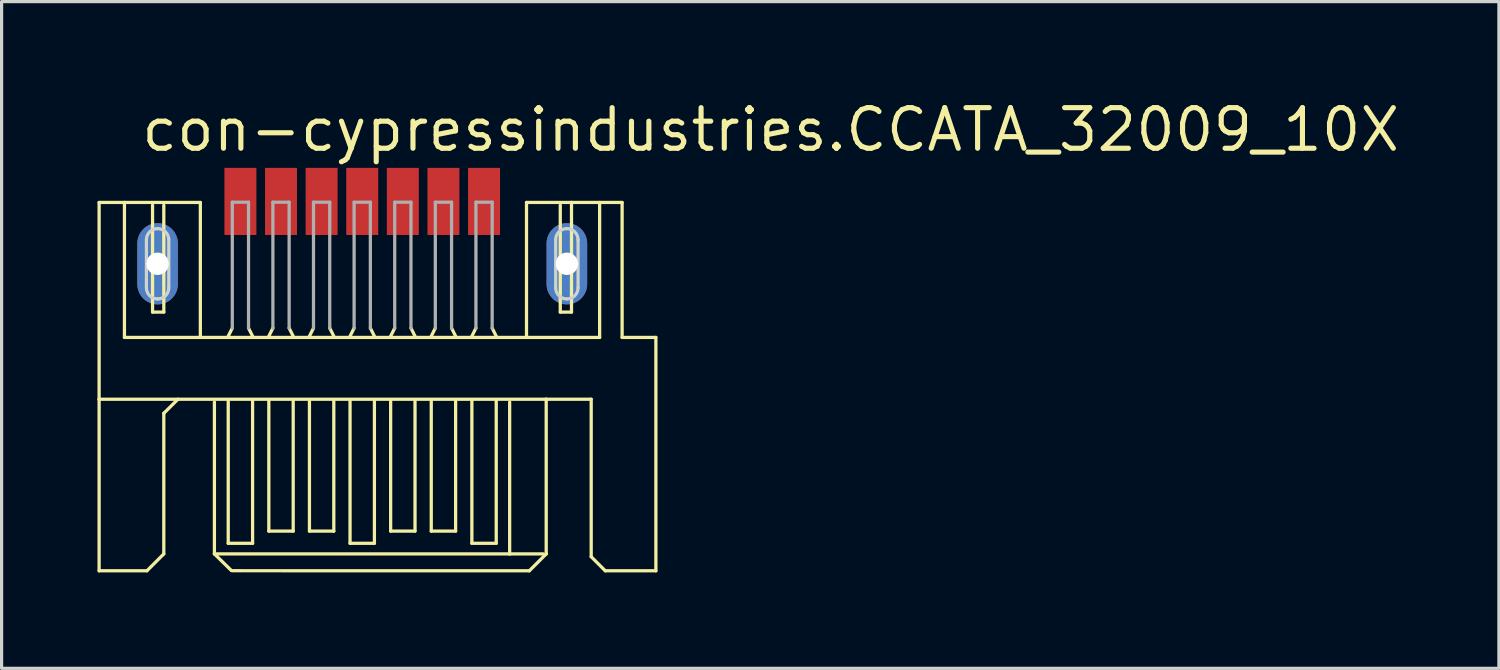
<source format=kicad_pcb>
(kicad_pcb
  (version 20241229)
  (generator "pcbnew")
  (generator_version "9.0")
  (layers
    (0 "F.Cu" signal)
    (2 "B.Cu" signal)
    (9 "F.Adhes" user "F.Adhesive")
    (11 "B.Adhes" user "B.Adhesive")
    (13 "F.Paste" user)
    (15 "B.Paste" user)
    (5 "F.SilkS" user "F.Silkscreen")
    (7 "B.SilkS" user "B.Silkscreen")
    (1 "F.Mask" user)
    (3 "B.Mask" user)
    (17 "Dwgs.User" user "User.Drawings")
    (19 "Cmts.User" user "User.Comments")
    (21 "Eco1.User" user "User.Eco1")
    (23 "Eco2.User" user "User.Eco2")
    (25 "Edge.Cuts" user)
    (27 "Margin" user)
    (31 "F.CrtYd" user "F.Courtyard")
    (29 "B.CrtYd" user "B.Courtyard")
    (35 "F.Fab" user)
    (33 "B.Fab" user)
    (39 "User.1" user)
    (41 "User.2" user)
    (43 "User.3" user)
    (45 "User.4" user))
  (footprint "con-cypressindustries.CCATA_32009_10X"
    (layer "F.Cu")
    (at 8.279 14.45)
    (property "Reference" "con-cypressindustries.CCATA_32009_10X" (at -6.985 -12.7 0) (layer "F.SilkS") (effects (font (size 1.27 1.27) (thickness 0.16)) (justify left bottom)))
    (attr smd)
    (fp_line (start -8.229 -11.168) (end -7.437 -11.168) (stroke (width 0.102) (type default)) (layer "F.SilkS"))
    (fp_line (start -8.229 -5.013) (end -8.229 -11.168) (stroke (width 0.102) (type default)) (layer "F.SilkS"))
    (fp_line (start -8.229 -5.013) (end 5.754 -5.013) (stroke (width 0.102) (type default)) (layer "F.SilkS"))
    (fp_line (start -8.229 0.352) (end -8.229 -5.013) (stroke (width 0.102) (type default)) (layer "F.SilkS"))
    (fp_line (start -7.437 -11.168) (end -7.437 -6.947) (stroke (width 0.102) (type default)) (layer "F.SilkS"))
    (fp_line (start -7.437 -11.168) (end -5.063 -11.168) (stroke (width 0.102) (type default)) (layer "F.SilkS"))
    (fp_line (start -7.437 -6.947) (end 5.138 -6.947) (stroke (width 0.102) (type default)) (layer "F.SilkS"))
    (fp_line (start -6.734 0.352) (end -8.229 0.352) (stroke (width 0.102) (type default)) (layer "F.SilkS"))
    (fp_line (start -6.558 -11.081) (end -6.558 -7.739) (stroke (width 0.102) (type default)) (layer "F.SilkS"))
    (fp_line (start -6.558 -7.739) (end -6.206 -7.739) (stroke (width 0.102) (type default)) (layer "F.SilkS"))
    (fp_line (start -6.206 -7.739) (end -6.206 -11.081) (stroke (width 0.102) (type default)) (layer "F.SilkS"))
    (fp_line (start -6.206 -4.573) (end -5.766 -5.013) (stroke (width 0.102) (type default)) (layer "F.SilkS"))
    (fp_line (start -6.206 -0.176) (end -6.734 0.352) (stroke (width 0.102) (type default)) (layer "F.SilkS"))
    (fp_line (start -6.206 -0.176) (end -6.206 -4.573) (stroke (width 0.102) (type default)) (layer "F.SilkS"))
    (fp_line (start -5.063 -11.168) (end -5.063 -6.947) (stroke (width 0.102) (type default)) (layer "F.SilkS"))
    (fp_line (start -4.623 -0.176) (end -4.623 -4.925) (stroke (width 0.102) (type default)) (layer "F.SilkS"))
    (fp_line (start -4.191 -6.985) (end -4.064 -7.239) (stroke (width 0.102) (type default)) (layer "F.SilkS"))
    (fp_line (start -4.191 -0.508) (end -4.191 -4.953) (stroke (width 0.102) (type default)) (layer "F.SilkS"))
    (fp_line (start -4.098 0.339) (end -4.623 -0.176) (stroke (width 0.102) (type default)) (layer "F.SilkS"))
    (fp_line (start -3.556 -7.239) (end -3.429 -6.985) (stroke (width 0.102) (type default)) (layer "F.SilkS"))
    (fp_line (start -3.429 -4.953) (end -3.429 -0.508) (stroke (width 0.102) (type default)) (layer "F.SilkS"))
    (fp_line (start -3.429 -0.508) (end -4.191 -0.508) (stroke (width 0.102) (type default)) (layer "F.SilkS"))
    (fp_line (start -2.921 -6.985) (end -2.794 -7.239) (stroke (width 0.102) (type default)) (layer "F.SilkS"))
    (fp_line (start -2.921 -4.953) (end -2.921 -0.889) (stroke (width 0.102) (type default)) (layer "F.SilkS"))
    (fp_line (start -2.921 -0.889) (end -2.159 -0.889) (stroke (width 0.102) (type default)) (layer "F.SilkS"))
    (fp_line (start -2.286 -7.239) (end -2.159 -6.985) (stroke (width 0.102) (type default)) (layer "F.SilkS"))
    (fp_line (start -2.159 -0.889) (end -2.159 -4.953) (stroke (width 0.102) (type default)) (layer "F.SilkS"))
    (fp_line (start -1.651 -6.985) (end -1.524 -7.239) (stroke (width 0.102) (type default)) (layer "F.SilkS"))
    (fp_line (start -1.651 -4.953) (end -1.651 -0.889) (stroke (width 0.102) (type default)) (layer "F.SilkS"))
    (fp_line (start -1.651 -0.889) (end -0.889 -0.889) (stroke (width 0.102) (type default)) (layer "F.SilkS"))
    (fp_line (start -1.016 -7.239) (end -0.889 -6.985) (stroke (width 0.102) (type default)) (layer "F.SilkS"))
    (fp_line (start -0.889 -0.889) (end -0.889 -4.953) (stroke (width 0.102) (type default)) (layer "F.SilkS"))
    (fp_line (start -0.381 -6.985) (end -0.254 -7.239) (stroke (width 0.102) (type default)) (layer "F.SilkS"))
    (fp_line (start -0.381 -4.953) (end -0.381 -0.508) (stroke (width 0.102) (type default)) (layer "F.SilkS"))
    (fp_line (start -0.381 -0.508) (end 0.381 -0.508) (stroke (width 0.102) (type default)) (layer "F.SilkS"))
    (fp_line (start 0.254 -7.239) (end 0.381 -6.985) (stroke (width 0.102) (type default)) (layer "F.SilkS"))
    (fp_line (start 0.381 -0.508) (end 0.381 -4.953) (stroke (width 0.102) (type default)) (layer "F.SilkS"))
    (fp_line (start 0.889 -6.985) (end 1.016 -7.239) (stroke (width 0.102) (type default)) (layer "F.SilkS"))
    (fp_line (start 0.889 -4.953) (end 0.889 -0.889) (stroke (width 0.102) (type default)) (layer "F.SilkS"))
    (fp_line (start 0.889 -0.889) (end 1.651 -0.889) (stroke (width 0.102) (type default)) (layer "F.SilkS"))
    (fp_line (start 1.524 -7.239) (end 1.651 -6.985) (stroke (width 0.102) (type default)) (layer "F.SilkS"))
    (fp_line (start 1.651 -0.889) (end 1.651 -4.953) (stroke (width 0.102) (type default)) (layer "F.SilkS"))
    (fp_line (start 2.159 -6.985) (end 2.286 -7.239) (stroke (width 0.102) (type default)) (layer "F.SilkS"))
    (fp_line (start 2.159 -4.953) (end 2.159 -0.889) (stroke (width 0.102) (type default)) (layer "F.SilkS"))
    (fp_line (start 2.159 -0.889) (end 2.921 -0.889) (stroke (width 0.102) (type default)) (layer "F.SilkS"))
    (fp_line (start 2.794 -7.239) (end 2.921 -6.985) (stroke (width 0.102) (type default)) (layer "F.SilkS"))
    (fp_line (start 2.921 -0.889) (end 2.921 -4.953) (stroke (width 0.102) (type default)) (layer "F.SilkS"))
    (fp_line (start 3.429 -6.985) (end 3.556 -7.239) (stroke (width 0.102) (type default)) (layer "F.SilkS"))
    (fp_line (start 3.429 -4.953) (end 3.429 -0.508) (stroke (width 0.102) (type default)) (layer "F.SilkS"))
    (fp_line (start 3.429 -0.508) (end 4.191 -0.508) (stroke (width 0.102) (type default)) (layer "F.SilkS"))
    (fp_line (start 4.064 -7.239) (end 4.191 -6.985) (stroke (width 0.102) (type default)) (layer "F.SilkS"))
    (fp_line (start 4.191 -0.508) (end 4.191 -4.953) (stroke (width 0.102) (type default)) (layer "F.SilkS"))
    (fp_line (start 4.611 -0.176) (end -4.623 -0.176) (stroke (width 0.102) (type default)) (layer "F.SilkS"))
    (fp_line (start 4.611 -0.176) (end 4.611 -4.925) (stroke (width 0.102) (type default)) (layer "F.SilkS"))
    (fp_line (start 5.138 -11.168) (end 6.545 -11.168) (stroke (width 0.102) (type default)) (layer "F.SilkS"))
    (fp_line (start 5.138 -6.947) (end 5.138 -11.168) (stroke (width 0.102) (type default)) (layer "F.SilkS"))
    (fp_line (start 5.138 -6.947) (end 7.425 -6.947) (stroke (width 0.102) (type default)) (layer "F.SilkS"))
    (fp_line (start 5.226 0.352) (end -4.075 0.35) (stroke (width 0.102) (type default)) (layer "F.SilkS"))
    (fp_line (start 5.666 -0.176) (end 4.611 -0.176) (stroke (width 0.102) (type default)) (layer "F.SilkS"))
    (fp_line (start 5.754 -0.176) (end 5.226 0.352) (stroke (width 0.102) (type default)) (layer "F.SilkS"))
    (fp_line (start 5.754 -5.013) (end 5.754 -0.176) (stroke (width 0.102) (type default)) (layer "F.SilkS"))
    (fp_line (start 5.754 -0.176) (end 5.754 -0.176) (stroke (width 0.102) (type default)) (layer "F.SilkS"))
    (fp_line (start 6.194 -11.081) (end 6.194 -7.739) (stroke (width 0.102) (type default)) (layer "F.SilkS"))
    (fp_line (start 6.194 -7.739) (end 6.545 -7.739) (stroke (width 0.102) (type default)) (layer "F.SilkS"))
    (fp_line (start 6.545 -11.168) (end 8.128 -11.168) (stroke (width 0.102) (type default)) (layer "F.SilkS"))
    (fp_line (start 6.545 -7.739) (end 6.545 -11.168) (stroke (width 0.102) (type default)) (layer "F.SilkS"))
    (fp_line (start 7.161 -5.013) (end 5.754 -5.013) (stroke (width 0.102) (type default)) (layer "F.SilkS"))
    (fp_line (start 7.161 -0.088) (end 7.161 -5.013) (stroke (width 0.102) (type default)) (layer "F.SilkS"))
    (fp_line (start 7.425 -6.947) (end 7.425 -11.168) (stroke (width 0.102) (type default)) (layer "F.SilkS"))
    (fp_line (start 7.601 0.352) (end 7.161 -0.088) (stroke (width 0.102) (type default)) (layer "F.SilkS"))
    (fp_line (start 8.128 -11.168) (end 8.128 -6.947) (stroke (width 0.102) (type default)) (layer "F.SilkS"))
    (fp_line (start 8.128 -6.947) (end 9.184 -6.947) (stroke (width 0.102) (type default)) (layer "F.SilkS"))
    (fp_line (start 9.184 -6.947) (end 9.184 0.352) (stroke (width 0.102) (type default)) (layer "F.SilkS"))
    (fp_line (start 9.184 0.352) (end 7.601 0.352) (stroke (width 0.102) (type default)) (layer "F.SilkS"))
    (fp_line (start -6.75 -8.5) (end -6.75 -10) (stroke (width 0.1) (type default)) (layer "Edge.Cuts"))
    (fp_line (start -6.05 -10) (end -6.05 -8.5) (stroke (width 0.1) (type default)) (layer "Edge.Cuts"))
    (fp_line (start 6.05 -8.5) (end 6.05 -10) (stroke (width 0.1) (type default)) (layer "Edge.Cuts"))
    (fp_line (start 6.75 -10) (end 6.75 -8.5) (stroke (width 0.1) (type default)) (layer "Edge.Cuts"))
    (fp_arc (start -6.75 -10) (mid -6.647487 -10.247487) (end -6.4 -10.35) (stroke (width 0.1) (type default)) (layer "Edge.Cuts"))
    (fp_arc (start -6.4 -10.35) (mid -6.152513 -10.247487) (end -6.05 -10) (stroke (width 0.1) (type default)) (layer "Edge.Cuts"))
    (fp_arc (start -6.4 -8.15) (mid -6.647487 -8.252513) (end -6.75 -8.5) (stroke (width 0.1) (type default)) (layer "Edge.Cuts"))
    (fp_arc (start -6.05 -8.5) (mid -6.152513 -8.252513) (end -6.4 -8.15) (stroke (width 0.1) (type default)) (layer "Edge.Cuts"))
    (fp_arc (start 6.05 -10) (mid 6.152513 -10.247487) (end 6.4 -10.35) (stroke (width 0.1) (type default)) (layer "Edge.Cuts"))
    (fp_arc (start 6.4 -10.35) (mid 6.647487 -10.247487) (end 6.75 -10) (stroke (width 0.1) (type default)) (layer "Edge.Cuts"))
    (fp_arc (start 6.4 -8.15) (mid 6.152513 -8.252513) (end 6.05 -8.5) (stroke (width 0.1) (type default)) (layer "Edge.Cuts"))
    (fp_arc (start 6.75 -8.5) (mid 6.647487 -8.252513) (end 6.4 -8.15) (stroke (width 0.1) (type default)) (layer "Edge.Cuts"))
    (fp_line (start -4.064 -11.176) (end -3.556 -11.176) (stroke (width 0.102) (type default)) (layer "F.Fab"))
    (fp_line (start -4.064 -7.239) (end -4.064 -11.176) (stroke (width 0.102) (type default)) (layer "F.Fab"))
    (fp_line (start -3.556 -11.176) (end -3.556 -7.239) (stroke (width 0.102) (type default)) (layer "F.Fab"))
    (fp_line (start -2.794 -11.176) (end -2.286 -11.176) (stroke (width 0.102) (type default)) (layer "F.Fab"))
    (fp_line (start -2.794 -7.239) (end -2.794 -11.176) (stroke (width 0.102) (type default)) (layer "F.Fab"))
    (fp_line (start -2.286 -11.176) (end -2.286 -7.239) (stroke (width 0.102) (type default)) (layer "F.Fab"))
    (fp_line (start -1.524 -11.176) (end -1.016 -11.176) (stroke (width 0.102) (type default)) (layer "F.Fab"))
    (fp_line (start -1.524 -7.239) (end -1.524 -11.176) (stroke (width 0.102) (type default)) (layer "F.Fab"))
    (fp_line (start -1.016 -11.176) (end -1.016 -7.239) (stroke (width 0.102) (type default)) (layer "F.Fab"))
    (fp_line (start -0.254 -11.176) (end 0.254 -11.176) (stroke (width 0.102) (type default)) (layer "F.Fab"))
    (fp_line (start -0.254 -7.239) (end -0.254 -11.176) (stroke (width 0.102) (type default)) (layer "F.Fab"))
    (fp_line (start 0.254 -11.176) (end 0.254 -7.239) (stroke (width 0.102) (type default)) (layer "F.Fab"))
    (fp_line (start 1.016 -11.176) (end 1.524 -11.176) (stroke (width 0.102) (type default)) (layer "F.Fab"))
    (fp_line (start 1.016 -7.239) (end 1.016 -11.176) (stroke (width 0.102) (type default)) (layer "F.Fab"))
    (fp_line (start 1.524 -11.176) (end 1.524 -7.239) (stroke (width 0.102) (type default)) (layer "F.Fab"))
    (fp_line (start 2.286 -11.176) (end 2.794 -11.176) (stroke (width 0.102) (type default)) (layer "F.Fab"))
    (fp_line (start 2.286 -7.239) (end 2.286 -11.176) (stroke (width 0.102) (type default)) (layer "F.Fab"))
    (fp_line (start 2.794 -11.176) (end 2.794 -7.239) (stroke (width 0.102) (type default)) (layer "F.Fab"))
    (fp_line (start 3.556 -11.176) (end 4.064 -11.176) (stroke (width 0.102) (type default)) (layer "F.Fab"))
    (fp_line (start 3.556 -7.239) (end 3.556 -11.176) (stroke (width 0.102) (type default)) (layer "F.Fab"))
    (fp_line (start 4.064 -11.176) (end 4.064 -7.239) (stroke (width 0.102) (type default)) (layer "F.Fab"))
    (pad "1" smd roundrect (at -3.81 -11.2) (size 1 2.1) (layers "F.Cu" "F.Mask" "F.Paste") (roundrect_rratio 0.01))
    (pad "2" smd roundrect (at -2.54 -11.2) (size 1 2.1) (layers "F.Cu" "F.Mask" "F.Paste") (roundrect_rratio 0.01))
    (pad "3" smd roundrect (at -1.27 -11.2) (size 1 2.1) (layers "F.Cu" "F.Mask" "F.Paste") (roundrect_rratio 0.01))
    (pad "4" smd roundrect (at 0 -11.2) (size 1 2.1) (layers "F.Cu" "F.Mask" "F.Paste") (roundrect_rratio 0.01))
    (pad "5" smd roundrect (at 1.27 -11.2) (size 1 2.1) (layers "F.Cu" "F.Mask" "F.Paste") (roundrect_rratio 0.01))
    (pad "6" smd roundrect (at 2.54 -11.2) (size 1 2.1) (layers "F.Cu" "F.Mask" "F.Paste") (roundrect_rratio 0.01))
    (pad "7" smd roundrect (at 3.81 -11.2) (size 1 2.1) (layers "F.Cu" "F.Mask" "F.Paste") (roundrect_rratio 0.01))
    (pad "M1" thru_hole oval (at -6.4 -9.25 90) (size 2.54 1.27) (drill 0.7) (layers "*.Cu" "*.Mask"))
    (pad "M2" thru_hole oval (at 6.4 -9.25 90) (size 2.54 1.27) (drill 0.7) (layers "*.Cu" "*.Mask")))
  (gr_rect
    (start -3 -3)
    (end 43.83 17.852)
    (stroke (width 0.1) (type default))
    (fill no)
    (layer "Edge.Cuts")))
</source>
